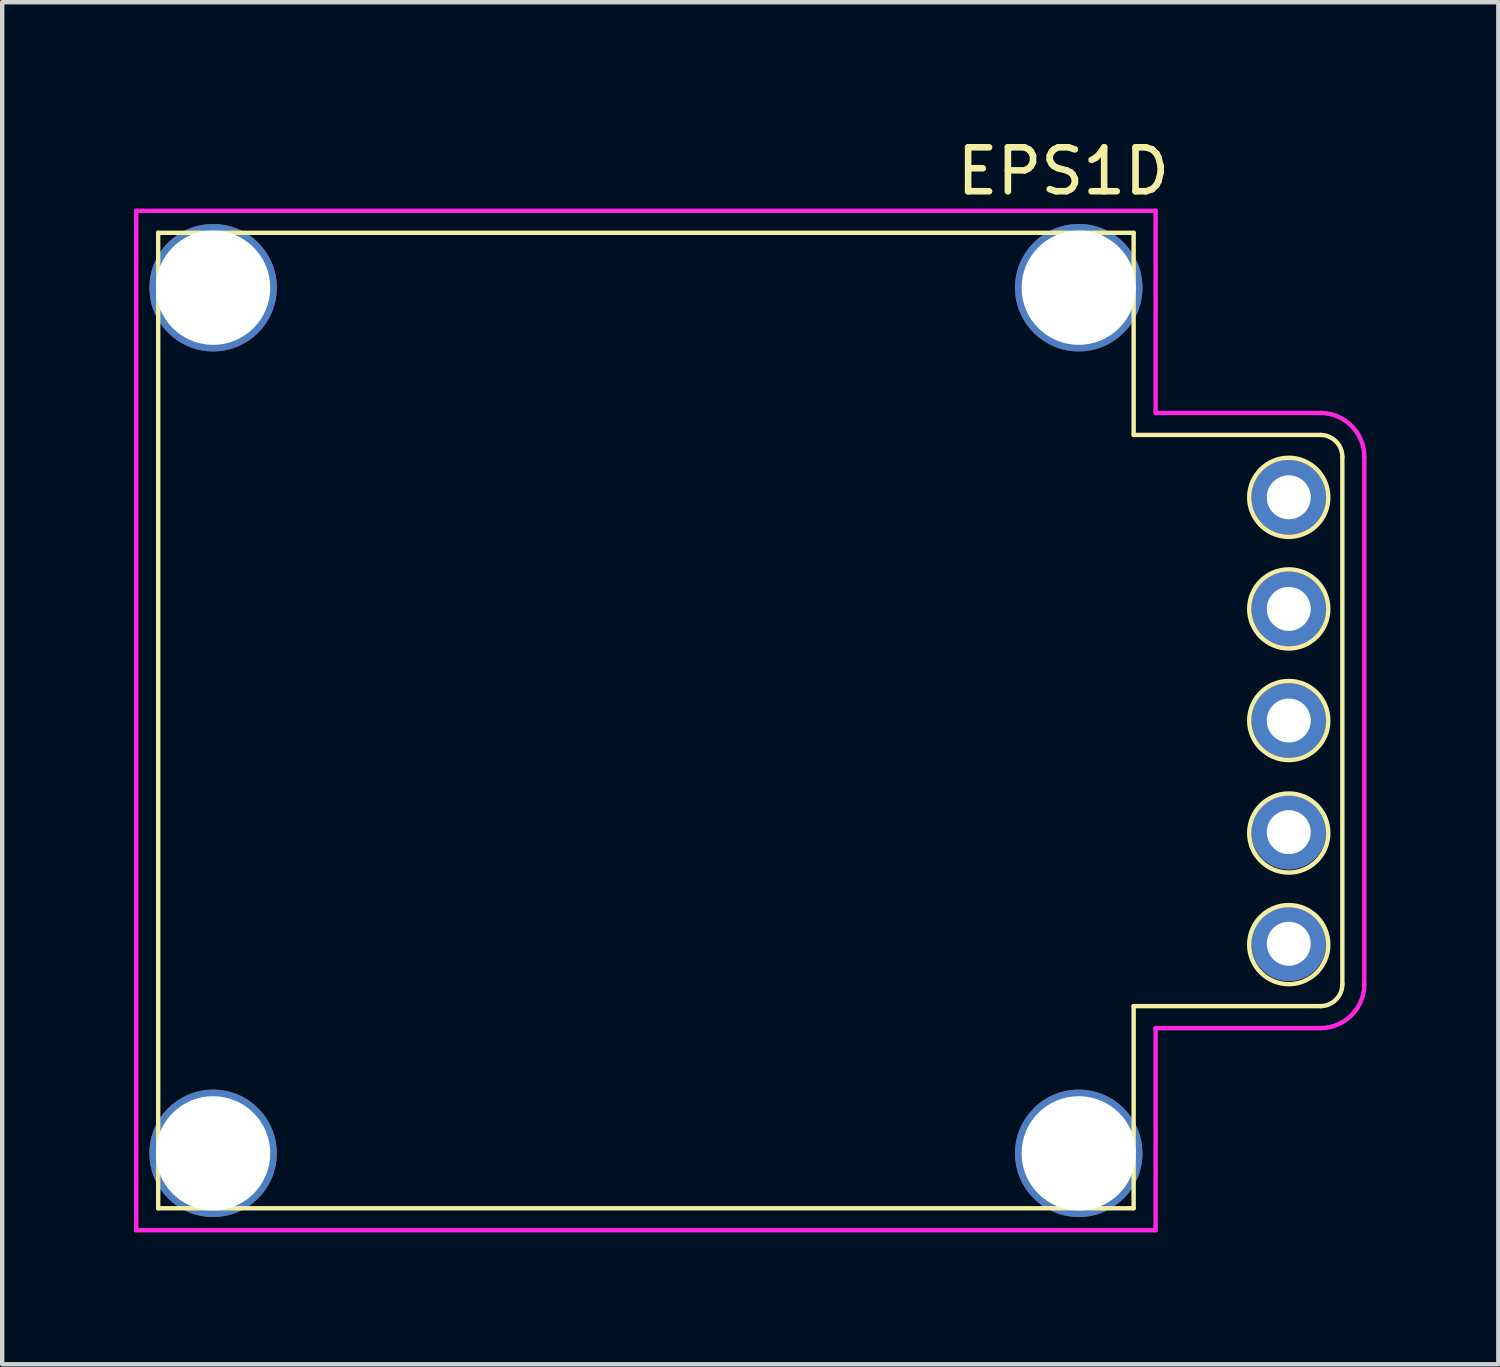
<source format=kicad_pcb>
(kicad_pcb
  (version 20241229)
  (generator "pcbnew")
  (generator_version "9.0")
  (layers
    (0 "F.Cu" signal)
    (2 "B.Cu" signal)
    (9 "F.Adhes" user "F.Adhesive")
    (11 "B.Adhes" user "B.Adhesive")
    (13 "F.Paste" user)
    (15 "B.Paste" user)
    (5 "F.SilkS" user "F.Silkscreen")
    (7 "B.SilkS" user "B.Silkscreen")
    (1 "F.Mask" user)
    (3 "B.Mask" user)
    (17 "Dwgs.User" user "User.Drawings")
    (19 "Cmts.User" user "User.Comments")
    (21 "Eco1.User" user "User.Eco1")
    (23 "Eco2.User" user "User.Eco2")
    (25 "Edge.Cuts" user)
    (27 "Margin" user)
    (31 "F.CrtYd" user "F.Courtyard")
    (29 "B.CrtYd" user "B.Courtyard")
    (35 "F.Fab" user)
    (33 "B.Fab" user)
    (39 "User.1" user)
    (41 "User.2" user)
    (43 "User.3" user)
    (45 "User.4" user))
  (footprint "EPS1D"
    (layer "F.Cu")
    (at 11.65 13.348)
    (property "Reference" "EPS1D" (at 9.5 -12.5 0) (layer "F.SilkS") (effects (font (size 1 1) (thickness 0.15))))
    (attr through_hole)
    (fp_line (start -11.1 -11.1) (end -11.1 11.1) (stroke (width 0.1) (type solid)) (layer "F.SilkS"))
    (fp_line (start -11.1 11.1) (end 11.1 11.1) (stroke (width 0.1) (type solid)) (layer "F.SilkS"))
    (fp_line (start 11.1 -11.1) (end -11.1 -11.1) (stroke (width 0.1) (type solid)) (layer "F.SilkS"))
    (fp_line (start 11.1 -6.5) (end 11.1 -11.1) (stroke (width 0.1) (type solid)) (layer "F.SilkS"))
    (fp_line (start 11.1 -6.5) (end 15.35 -6.5) (stroke (width 0.1) (type solid)) (layer "F.SilkS"))
    (fp_line (start 11.1 6.5) (end 11.1 11.1) (stroke (width 0.1) (type solid)) (layer "F.SilkS"))
    (fp_line (start 15.35 6.5) (end 11.1 6.5) (stroke (width 0.1) (type solid)) (layer "F.SilkS"))
    (fp_line (start 15.85 -6) (end 15.85 6) (stroke (width 0.1) (type solid)) (layer "F.SilkS"))
    (fp_arc (start 15.35 -6.5) (mid 15.703553 -6.353553) (end 15.85 -6) (stroke (width 0.1) (type solid)) (layer "F.SilkS"))
    (fp_arc (start 15.85 6) (mid 15.703553 6.353553) (end 15.35 6.5) (stroke (width 0.1) (type solid)) (layer "F.SilkS"))
    (fp_circle (center 14.63 -5.08) (end 15.53 -5.08) (stroke (width 0.1) (type solid)) (fill no) (layer "F.SilkS"))
    (fp_circle (center 14.63 -2.54) (end 15.53 -2.54) (stroke (width 0.1) (type solid)) (fill no) (layer "F.SilkS"))
    (fp_circle (center 14.63 0) (end 15.53 0) (stroke (width 0.1) (type solid)) (fill no) (layer "F.SilkS"))
    (fp_circle (center 14.63 2.56) (end 15.53 2.56) (stroke (width 0.1) (type solid)) (fill no) (layer "F.SilkS"))
    (fp_circle (center 14.63 5.1) (end 15.53 5.1) (stroke (width 0.1) (type solid)) (fill no) (layer "F.SilkS"))
    (fp_line (start -11.6 -11.6) (end 11.6 -11.6) (stroke (width 0.1) (type solid)) (layer "F.CrtYd"))
    (fp_line (start -11.6 11.6) (end -11.6 -11.6) (stroke (width 0.1) (type solid)) (layer "F.CrtYd"))
    (fp_line (start 11.6 -11.6) (end 11.6 -7) (stroke (width 0.1) (type solid)) (layer "F.CrtYd"))
    (fp_line (start 11.6 -7) (end 15.35 -7) (stroke (width 0.1) (type solid)) (layer "F.CrtYd"))
    (fp_line (start 11.6 7) (end 11.6 11.6) (stroke (width 0.1) (type solid)) (layer "F.CrtYd"))
    (fp_line (start 11.6 11.6) (end -11.6 11.6) (stroke (width 0.1) (type solid)) (layer "F.CrtYd"))
    (fp_line (start 15.35 7) (end 11.6 7) (stroke (width 0.1) (type solid)) (layer "F.CrtYd"))
    (fp_line (start 16.35 -6) (end 16.35 6) (stroke (width 0.1) (type solid)) (layer "F.CrtYd"))
    (fp_arc (start 15.35 -7) (mid 16.057107 -6.707107) (end 16.35 -6) (stroke (width 0.1) (type solid)) (layer "F.CrtYd"))
    (fp_arc (start 16.35 6) (mid 16.057107 6.707107) (end 15.35 7) (stroke (width 0.1) (type solid)) (layer "F.CrtYd"))
    (pad "" thru_hole circle (at -9.85 -9.85) (size 2.9 2.9) (drill 2.6) (layers "*.Cu" "*.Mask"))
    (pad "" thru_hole circle (at -9.85 9.85) (size 2.9 2.9) (drill 2.6) (layers "*.Cu" "*.Mask"))
    (pad "" thru_hole circle (at 9.85 -9.85) (size 2.9 2.9) (drill 2.6) (layers "*.Cu" "*.Mask"))
    (pad "" thru_hole circle (at 9.85 9.85) (size 2.9 2.9) (drill 2.6) (layers "*.Cu" "*.Mask"))
    (pad "1" thru_hole circle (at 14.63 -5.08) (size 1.7 1.7) (drill 1) (layers "*.Cu" "*.Mask"))
    (pad "2" thru_hole circle (at 14.63 -2.54) (size 1.7 1.7) (drill 1) (layers "*.Cu" "*.Mask"))
    (pad "3" thru_hole circle (at 14.63 0) (size 1.7 1.7) (drill 1) (layers "*.Cu" "*.Mask"))
    (pad "4" thru_hole circle (at 14.63 2.54) (size 1.7 1.7) (drill 1) (layers "*.Cu" "*.Mask"))
    (pad "5" thru_hole circle (at 14.63 5.08) (size 1.7 1.7) (drill 1) (layers "*.Cu" "*.Mask")))
  (gr_rect
    (start -3 -3)
    (end 31.05 27.998)
    (stroke (width 0.1) (type default))
    (fill no)
    (layer "Edge.Cuts")))
</source>
